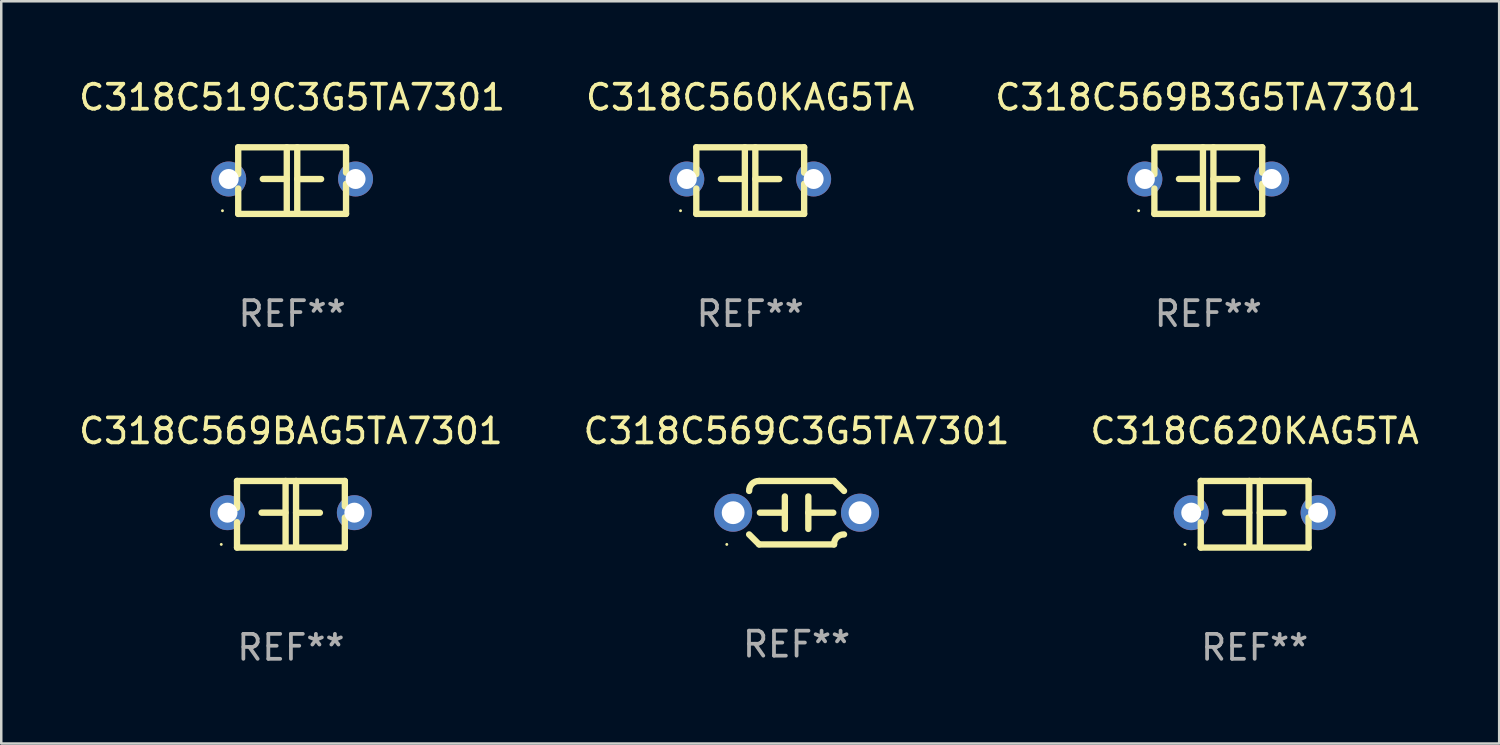
<source format=kicad_pcb>
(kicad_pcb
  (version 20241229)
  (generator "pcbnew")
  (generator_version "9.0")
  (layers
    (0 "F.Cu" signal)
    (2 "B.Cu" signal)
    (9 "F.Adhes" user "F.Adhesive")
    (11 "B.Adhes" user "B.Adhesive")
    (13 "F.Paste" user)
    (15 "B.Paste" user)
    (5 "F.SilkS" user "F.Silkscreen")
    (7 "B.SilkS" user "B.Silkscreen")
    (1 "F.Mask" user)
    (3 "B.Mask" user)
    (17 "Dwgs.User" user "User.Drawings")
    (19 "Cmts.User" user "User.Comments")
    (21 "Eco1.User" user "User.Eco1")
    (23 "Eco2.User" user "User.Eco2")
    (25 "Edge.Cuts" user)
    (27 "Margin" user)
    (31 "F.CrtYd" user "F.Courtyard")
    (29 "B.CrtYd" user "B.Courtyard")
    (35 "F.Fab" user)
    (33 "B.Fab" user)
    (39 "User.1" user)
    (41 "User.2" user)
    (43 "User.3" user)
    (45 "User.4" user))
  (footprint "C318C560KAG5TA"
    (layer "F.Cu")
    (at 26.994 4.182)
    (property "Reference" "C318C560KAG5TA" (at 0 -3.334 0) (layer "F.SilkS") (effects (font (size 1 1) (thickness 0.15))))
    (attr through_hole)
    (fp_line (start -2.159 -1.334) (end 2.159 -1.334) (stroke (width 0.254) (type solid)) (layer "F.SilkS"))
    (fp_line (start -2.159 -0.256) (end -2.159 -1.334) (stroke (width 0.254) (type solid)) (layer "F.SilkS"))
    (fp_line (start -2.159 1.334) (end -2.159 0.318) (stroke (width 0.254) (type solid)) (layer "F.SilkS"))
    (fp_line (start -0.22 -0.064) (end -1.175 -0.064) (stroke (width 0.254) (type solid)) (layer "F.SilkS"))
    (fp_line (start -0.214 -1.334) (end -0.214 1.207) (stroke (width 0.254) (type solid)) (layer "F.SilkS"))
    (fp_line (start 0.205 -1.334) (end 0.205 1.207) (stroke (width 0.254) (type solid)) (layer "F.SilkS"))
    (fp_line (start 0.205 -0.061) (end 1.16 -0.061) (stroke (width 0.254) (type solid)) (layer "F.SilkS"))
    (fp_line (start 2.159 -1.334) (end 2.159 -0.318) (stroke (width 0.254) (type solid)) (layer "F.SilkS"))
    (fp_line (start 2.159 0.129) (end 2.159 1.334) (stroke (width 0.254) (type solid)) (layer "F.SilkS"))
    (fp_line (start 2.159 1.334) (end -2.159 1.334) (stroke (width 0.254) (type solid)) (layer "F.SilkS"))
    (fp_circle (center -2.79 1.207) (end -2.76 1.207) (stroke (width 0.06) (type solid)) (fill no) (layer "F.SilkS"))
    (fp_text user "REF**" (at 0 5.334 0) (layer "F.Fab") (effects (font (size 1 1) (thickness 0.15))))
    (pad "1" thru_hole circle (at -2.54 -0.064) (size 1.4 1.4) (drill 0.8) (layers "*.Cu" "*.Mask"))
    (pad "2" thru_hole circle (at 2.54 -0.064) (size 1.4 1.4) (drill 0.8) (layers "*.Cu" "*.Mask")))
  (footprint "C318C620KAG5TA"
    (layer "F.Cu")
    (at 47.196 17.545)
    (property "Reference" "C318C620KAG5TA" (at 0 -3.334 0) (layer "F.SilkS") (effects (font (size 1 1) (thickness 0.15))))
    (attr through_hole)
    (fp_line (start -2.159 -1.334) (end 2.159 -1.334) (stroke (width 0.254) (type solid)) (layer "F.SilkS"))
    (fp_line (start -2.159 -0.256) (end -2.159 -1.334) (stroke (width 0.254) (type solid)) (layer "F.SilkS"))
    (fp_line (start -2.159 1.334) (end -2.159 0.318) (stroke (width 0.254) (type solid)) (layer "F.SilkS"))
    (fp_line (start -0.22 -0.064) (end -1.175 -0.064) (stroke (width 0.254) (type solid)) (layer "F.SilkS"))
    (fp_line (start -0.214 -1.334) (end -0.214 1.207) (stroke (width 0.254) (type solid)) (layer "F.SilkS"))
    (fp_line (start 0.205 -1.334) (end 0.205 1.207) (stroke (width 0.254) (type solid)) (layer "F.SilkS"))
    (fp_line (start 0.205 -0.061) (end 1.16 -0.061) (stroke (width 0.254) (type solid)) (layer "F.SilkS"))
    (fp_line (start 2.159 -1.334) (end 2.159 -0.318) (stroke (width 0.254) (type solid)) (layer "F.SilkS"))
    (fp_line (start 2.159 0.129) (end 2.159 1.334) (stroke (width 0.254) (type solid)) (layer "F.SilkS"))
    (fp_line (start 2.159 1.334) (end -2.159 1.334) (stroke (width 0.254) (type solid)) (layer "F.SilkS"))
    (fp_circle (center -2.79 1.207) (end -2.76 1.207) (stroke (width 0.06) (type solid)) (fill no) (layer "F.SilkS"))
    (fp_text user "REF**" (at 0 5.334 0) (layer "F.Fab") (effects (font (size 1 1) (thickness 0.15))))
    (pad "1" thru_hole circle (at -2.54 -0.064) (size 1.4 1.4) (drill 0.8) (layers "*.Cu" "*.Mask"))
    (pad "2" thru_hole circle (at 2.54 -0.064) (size 1.4 1.4) (drill 0.8) (layers "*.Cu" "*.Mask")))
  (footprint "C318C569C3G5TA7301"
    (layer "F.Cu")
    (at 28.851 17.482)
    (property "Reference" "C318C569C3G5TA7301" (at 0 -3.27 0) (layer "F.SilkS") (effects (font (size 1 1) (thickness 0.15))))
    (attr through_hole)
    (fp_line (start -1.5 -1.27) (end 1.5 -1.27) (stroke (width 0.254) (type solid)) (layer "F.SilkS"))
    (fp_line (start -0.47 -0.65) (end -0.47 0.65) (stroke (width 0.254) (type solid)) (layer "F.SilkS"))
    (fp_line (start -0.47 -0.000381) (end -1.47 -0.000381) (stroke (width 0.254) (type solid)) (layer "F.SilkS"))
    (fp_line (start 0.47 0.000356) (end 1.47 0.000356) (stroke (width 0.254) (type solid)) (layer "F.SilkS"))
    (fp_line (start 0.47 0.65) (end 0.47 -0.65) (stroke (width 0.254) (type solid)) (layer "F.SilkS"))
    (fp_line (start 1.5 1.27) (end -1.5 1.27) (stroke (width 0.254) (type solid)) (layer "F.SilkS"))
    (fp_arc (start -1.899924 -0.871221) (mid -1.78599 -1.156887) (end -1.5 -1.270003) (stroke (width 0.254001) (type solid)) (layer "F.SilkS"))
    (fp_arc (start -1.501217 1.269929) (mid -1.700682 1.070039) (end -1.9 0.870003) (stroke (width 0.254001) (type solid)) (layer "F.SilkS"))
    (fp_arc (start 1.5 1.270003) (mid 1.614112 0.984517) (end 1.899923 0.871222) (stroke (width 0.254001) (type solid)) (layer "F.SilkS"))
    (fp_arc (start 1.501219 -1.269927) (mid 1.70319 -1.072538) (end 1.9 -0.870003) (stroke (width 0.254001) (type solid)) (layer "F.SilkS"))
    (fp_circle (center -2.795 1.27) (end -2.765 1.27) (stroke (width 0.06) (type solid)) (fill no) (layer "F.SilkS"))
    (fp_text user "REF**" (at 0 5.27 0) (layer "F.Fab") (effects (font (size 1 1) (thickness 0.15))))
    (pad "1" thru_hole circle (at -2.54 0) (size 1.524 1.524) (drill 0.914) (layers "*.Cu" "*.Mask"))
    (pad "2" thru_hole circle (at 2.54 0) (size 1.524 1.524) (drill 0.914) (layers "*.Cu" "*.Mask")))
  (footprint "C318C569B3G5TA7301"
    (layer "F.Cu")
    (at 45.339 4.182)
    (property "Reference" "C318C569B3G5TA7301" (at 0 -3.334 0) (layer "F.SilkS") (effects (font (size 1 1) (thickness 0.15))))
    (attr through_hole)
    (fp_line (start -2.159 -1.334) (end 2.159 -1.334) (stroke (width 0.254) (type solid)) (layer "F.SilkS"))
    (fp_line (start -2.159 -0.256) (end -2.159 -1.334) (stroke (width 0.254) (type solid)) (layer "F.SilkS"))
    (fp_line (start -2.159 1.334) (end -2.159 0.318) (stroke (width 0.254) (type solid)) (layer "F.SilkS"))
    (fp_line (start -0.22 -0.064) (end -1.175 -0.064) (stroke (width 0.254) (type solid)) (layer "F.SilkS"))
    (fp_line (start -0.214 -1.334) (end -0.214 1.207) (stroke (width 0.254) (type solid)) (layer "F.SilkS"))
    (fp_line (start 0.205 -1.334) (end 0.205 1.207) (stroke (width 0.254) (type solid)) (layer "F.SilkS"))
    (fp_line (start 0.205 -0.061) (end 1.16 -0.061) (stroke (width 0.254) (type solid)) (layer "F.SilkS"))
    (fp_line (start 2.159 -1.334) (end 2.159 -0.318) (stroke (width 0.254) (type solid)) (layer "F.SilkS"))
    (fp_line (start 2.159 0.129) (end 2.159 1.334) (stroke (width 0.254) (type solid)) (layer "F.SilkS"))
    (fp_line (start 2.159 1.334) (end -2.159 1.334) (stroke (width 0.254) (type solid)) (layer "F.SilkS"))
    (fp_circle (center -2.79 1.207) (end -2.76 1.207) (stroke (width 0.06) (type solid)) (fill no) (layer "F.SilkS"))
    (fp_text user "REF**" (at 0 5.334 0) (layer "F.Fab") (effects (font (size 1 1) (thickness 0.15))))
    (pad "1" thru_hole circle (at -2.54 -0.064) (size 1.4 1.4) (drill 0.8) (layers "*.Cu" "*.Mask"))
    (pad "2" thru_hole circle (at 2.54 -0.064) (size 1.4 1.4) (drill 0.8) (layers "*.Cu" "*.Mask")))
  (footprint "C318C569BAG5TA7301"
    (layer "F.Cu")
    (at 8.601 17.545)
    (property "Reference" "C318C569BAG5TA7301" (at 0 -3.334 0) (layer "F.SilkS") (effects (font (size 1 1) (thickness 0.15))))
    (attr through_hole)
    (fp_line (start -2.159 -1.334) (end 2.159 -1.334) (stroke (width 0.254) (type solid)) (layer "F.SilkS"))
    (fp_line (start -2.159 -0.256) (end -2.159 -1.334) (stroke (width 0.254) (type solid)) (layer "F.SilkS"))
    (fp_line (start -2.159 1.334) (end -2.159 0.318) (stroke (width 0.254) (type solid)) (layer "F.SilkS"))
    (fp_line (start -0.22 -0.064) (end -1.175 -0.064) (stroke (width 0.254) (type solid)) (layer "F.SilkS"))
    (fp_line (start -0.214 -1.334) (end -0.214 1.207) (stroke (width 0.254) (type solid)) (layer "F.SilkS"))
    (fp_line (start 0.205 -1.334) (end 0.205 1.207) (stroke (width 0.254) (type solid)) (layer "F.SilkS"))
    (fp_line (start 0.205 -0.061) (end 1.16 -0.061) (stroke (width 0.254) (type solid)) (layer "F.SilkS"))
    (fp_line (start 2.159 -1.334) (end 2.159 -0.318) (stroke (width 0.254) (type solid)) (layer "F.SilkS"))
    (fp_line (start 2.159 0.129) (end 2.159 1.334) (stroke (width 0.254) (type solid)) (layer "F.SilkS"))
    (fp_line (start 2.159 1.334) (end -2.159 1.334) (stroke (width 0.254) (type solid)) (layer "F.SilkS"))
    (fp_circle (center -2.79 1.207) (end -2.76 1.207) (stroke (width 0.06) (type solid)) (fill no) (layer "F.SilkS"))
    (fp_text user "REF**" (at 0 5.334 0) (layer "F.Fab") (effects (font (size 1 1) (thickness 0.15))))
    (pad "1" thru_hole circle (at -2.54 -0.064) (size 1.4 1.4) (drill 0.8) (layers "*.Cu" "*.Mask"))
    (pad "2" thru_hole circle (at 2.54 -0.064) (size 1.4 1.4) (drill 0.8) (layers "*.Cu" "*.Mask")))
  (footprint "C318C519C3G5TA7301"
    (layer "F.Cu")
    (at 8.649 4.182)
    (property "Reference" "C318C519C3G5TA7301" (at 0 -3.334 0) (layer "F.SilkS") (effects (font (size 1 1) (thickness 0.15))))
    (attr through_hole)
    (fp_line (start -2.159 -1.334) (end 2.159 -1.334) (stroke (width 0.254) (type solid)) (layer "F.SilkS"))
    (fp_line (start -2.159 -0.256) (end -2.159 -1.334) (stroke (width 0.254) (type solid)) (layer "F.SilkS"))
    (fp_line (start -2.159 1.334) (end -2.159 0.318) (stroke (width 0.254) (type solid)) (layer "F.SilkS"))
    (fp_line (start -0.22 -0.064) (end -1.175 -0.064) (stroke (width 0.254) (type solid)) (layer "F.SilkS"))
    (fp_line (start -0.214 -1.334) (end -0.214 1.207) (stroke (width 0.254) (type solid)) (layer "F.SilkS"))
    (fp_line (start 0.205 -1.334) (end 0.205 1.207) (stroke (width 0.254) (type solid)) (layer "F.SilkS"))
    (fp_line (start 0.205 -0.061) (end 1.16 -0.061) (stroke (width 0.254) (type solid)) (layer "F.SilkS"))
    (fp_line (start 2.159 -1.334) (end 2.159 -0.318) (stroke (width 0.254) (type solid)) (layer "F.SilkS"))
    (fp_line (start 2.159 0.129) (end 2.159 1.334) (stroke (width 0.254) (type solid)) (layer "F.SilkS"))
    (fp_line (start 2.159 1.334) (end -2.159 1.334) (stroke (width 0.254) (type solid)) (layer "F.SilkS"))
    (fp_circle (center -2.79 1.207) (end -2.76 1.207) (stroke (width 0.06) (type solid)) (fill no) (layer "F.SilkS"))
    (fp_text user "REF**" (at 0 5.334 0) (layer "F.Fab") (effects (font (size 1 1) (thickness 0.15))))
    (pad "1" thru_hole circle (at -2.54 -0.064) (size 1.4 1.4) (drill 0.8) (layers "*.Cu" "*.Mask"))
    (pad "2" thru_hole circle (at 2.54 -0.064) (size 1.4 1.4) (drill 0.8) (layers "*.Cu" "*.Mask")))
  (gr_rect
    (start -3 -3)
    (end 56.988 26.727)
    (stroke (width 0.1) (type default))
    (fill no)
    (layer "Edge.Cuts")))
</source>
